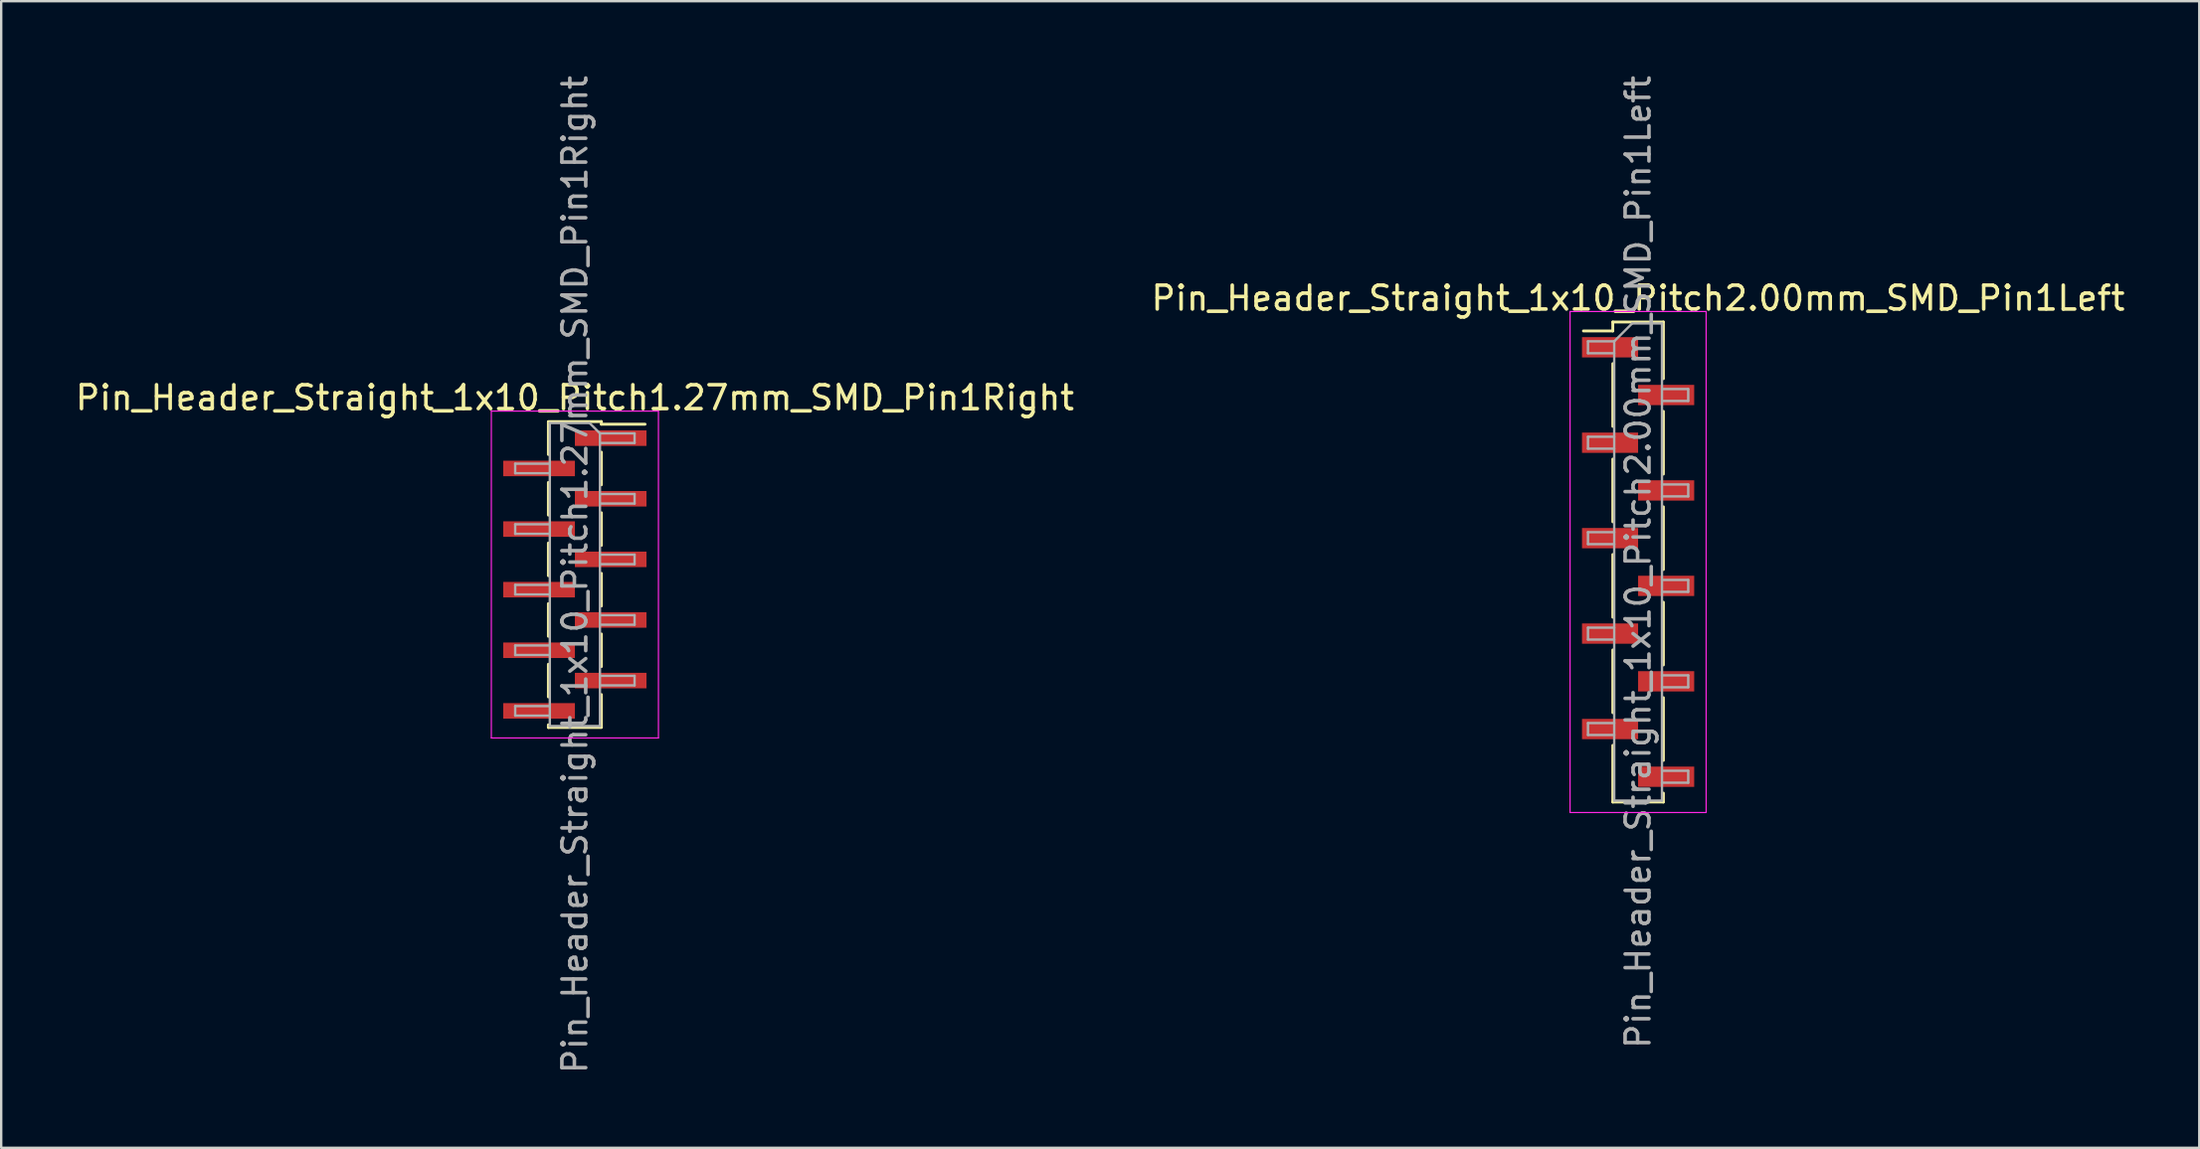
<source format=kicad_pcb>
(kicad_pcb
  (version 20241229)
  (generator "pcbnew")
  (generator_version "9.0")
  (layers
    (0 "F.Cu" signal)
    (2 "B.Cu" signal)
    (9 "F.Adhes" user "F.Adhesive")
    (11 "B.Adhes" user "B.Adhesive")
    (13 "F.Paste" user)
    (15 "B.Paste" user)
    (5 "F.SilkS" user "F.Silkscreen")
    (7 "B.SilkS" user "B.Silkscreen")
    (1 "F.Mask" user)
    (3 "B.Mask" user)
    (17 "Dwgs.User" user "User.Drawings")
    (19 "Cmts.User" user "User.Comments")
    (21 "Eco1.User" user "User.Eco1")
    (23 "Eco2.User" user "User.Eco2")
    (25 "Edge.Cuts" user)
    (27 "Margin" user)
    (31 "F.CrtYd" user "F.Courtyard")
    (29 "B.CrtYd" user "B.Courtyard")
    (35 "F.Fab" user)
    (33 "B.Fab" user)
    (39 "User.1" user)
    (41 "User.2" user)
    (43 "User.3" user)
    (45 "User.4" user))
  (footprint "Pin_Header_Straight_1x10_Pitch1.27mm_SMD_Pin1Right"
    (layer "F.Cu")
    (at 21.03 21.03)
    (property "Reference" "Pin_Header_Straight_1x10_Pitch1.27mm_SMD_Pin1Right" (at 0 -7.41 0) (layer "F.SilkS") (effects (font (size 1 1) (thickness 0.15))))
    (attr smd)
    (fp_line (start -1.11 -6.41) (end 1.11 -6.41) (stroke (width 0.12) (type solid)) (layer "F.SilkS"))
    (fp_line (start -1.11 -6.4) (end -1.11 -5.03) (stroke (width 0.12) (type solid)) (layer "F.SilkS"))
    (fp_line (start -1.11 -3.86) (end -1.11 -2.49) (stroke (width 0.12) (type solid)) (layer "F.SilkS"))
    (fp_line (start -1.11 -1.32) (end -1.11 0.05) (stroke (width 0.12) (type solid)) (layer "F.SilkS"))
    (fp_line (start -1.11 1.22) (end -1.11 2.59) (stroke (width 0.12) (type solid)) (layer "F.SilkS"))
    (fp_line (start -1.11 3.76) (end -1.11 5.13) (stroke (width 0.12) (type solid)) (layer "F.SilkS"))
    (fp_line (start -1.11 6.3) (end -1.11 6.41) (stroke (width 0.12) (type solid)) (layer "F.SilkS"))
    (fp_line (start -1.11 6.41) (end 1.11 6.41) (stroke (width 0.12) (type solid)) (layer "F.SilkS"))
    (fp_line (start 1.11 -6.41) (end 1.11 -6.3) (stroke (width 0.12) (type solid)) (layer "F.SilkS"))
    (fp_line (start 1.11 -6.3) (end 2.94 -6.3) (stroke (width 0.12) (type solid)) (layer "F.SilkS"))
    (fp_line (start 1.11 -5.13) (end 1.11 -3.76) (stroke (width 0.12) (type solid)) (layer "F.SilkS"))
    (fp_line (start 1.11 -2.59) (end 1.11 -1.22) (stroke (width 0.12) (type solid)) (layer "F.SilkS"))
    (fp_line (start 1.11 -0.05) (end 1.11 1.32) (stroke (width 0.12) (type solid)) (layer "F.SilkS"))
    (fp_line (start 1.11 2.49) (end 1.11 3.86) (stroke (width 0.12) (type solid)) (layer "F.SilkS"))
    (fp_line (start 1.11 5.03) (end 1.11 6.4) (stroke (width 0.12) (type solid)) (layer "F.SilkS"))
    (fp_line (start -3.5 -6.85) (end -3.5 6.85) (stroke (width 0.05) (type solid)) (layer "F.CrtYd"))
    (fp_line (start -3.5 6.85) (end 3.5 6.85) (stroke (width 0.05) (type solid)) (layer "F.CrtYd"))
    (fp_line (start 3.5 -6.85) (end -3.5 -6.85) (stroke (width 0.05) (type solid)) (layer "F.CrtYd"))
    (fp_line (start 3.5 6.85) (end 3.5 -6.85) (stroke (width 0.05) (type solid)) (layer "F.CrtYd"))
    (fp_line (start -2.5 -4.645) (end -2.5 -4.245) (stroke (width 0.1) (type solid)) (layer "F.Fab"))
    (fp_line (start -2.5 -4.245) (end -1.05 -4.245) (stroke (width 0.1) (type solid)) (layer "F.Fab"))
    (fp_line (start -2.5 -2.105) (end -2.5 -1.705) (stroke (width 0.1) (type solid)) (layer "F.Fab"))
    (fp_line (start -2.5 -1.705) (end -1.05 -1.705) (stroke (width 0.1) (type solid)) (layer "F.Fab"))
    (fp_line (start -2.5 0.435) (end -2.5 0.835) (stroke (width 0.1) (type solid)) (layer "F.Fab"))
    (fp_line (start -2.5 0.835) (end -1.05 0.835) (stroke (width 0.1) (type solid)) (layer "F.Fab"))
    (fp_line (start -2.5 2.975) (end -2.5 3.375) (stroke (width 0.1) (type solid)) (layer "F.Fab"))
    (fp_line (start -2.5 3.375) (end -1.05 3.375) (stroke (width 0.1) (type solid)) (layer "F.Fab"))
    (fp_line (start -2.5 5.515) (end -2.5 5.915) (stroke (width 0.1) (type solid)) (layer "F.Fab"))
    (fp_line (start -2.5 5.915) (end -1.05 5.915) (stroke (width 0.1) (type solid)) (layer "F.Fab"))
    (fp_line (start -1.05 -6.35) (end -1.05 6.35) (stroke (width 0.1) (type solid)) (layer "F.Fab"))
    (fp_line (start -1.05 -6.35) (end 0.615 -6.35) (stroke (width 0.1) (type solid)) (layer "F.Fab"))
    (fp_line (start -1.05 -4.645) (end -2.5 -4.645) (stroke (width 0.1) (type solid)) (layer "F.Fab"))
    (fp_line (start -1.05 -2.105) (end -2.5 -2.105) (stroke (width 0.1) (type solid)) (layer "F.Fab"))
    (fp_line (start -1.05 0.435) (end -2.5 0.435) (stroke (width 0.1) (type solid)) (layer "F.Fab"))
    (fp_line (start -1.05 2.975) (end -2.5 2.975) (stroke (width 0.1) (type solid)) (layer "F.Fab"))
    (fp_line (start -1.05 5.515) (end -2.5 5.515) (stroke (width 0.1) (type solid)) (layer "F.Fab"))
    (fp_line (start 1.05 -5.915) (end 0.615 -6.35) (stroke (width 0.1) (type solid)) (layer "F.Fab"))
    (fp_line (start 1.05 -5.915) (end 2.5 -5.915) (stroke (width 0.1) (type solid)) (layer "F.Fab"))
    (fp_line (start 1.05 -3.375) (end 2.5 -3.375) (stroke (width 0.1) (type solid)) (layer "F.Fab"))
    (fp_line (start 1.05 -0.835) (end 2.5 -0.835) (stroke (width 0.1) (type solid)) (layer "F.Fab"))
    (fp_line (start 1.05 1.705) (end 2.5 1.705) (stroke (width 0.1) (type solid)) (layer "F.Fab"))
    (fp_line (start 1.05 4.245) (end 2.5 4.245) (stroke (width 0.1) (type solid)) (layer "F.Fab"))
    (fp_line (start 1.05 6.35) (end -1.05 6.35) (stroke (width 0.1) (type solid)) (layer "F.Fab"))
    (fp_line (start 1.05 6.35) (end 1.05 -5.915) (stroke (width 0.1) (type solid)) (layer "F.Fab"))
    (fp_line (start 2.5 -5.915) (end 2.5 -5.515) (stroke (width 0.1) (type solid)) (layer "F.Fab"))
    (fp_line (start 2.5 -5.515) (end 1.05 -5.515) (stroke (width 0.1) (type solid)) (layer "F.Fab"))
    (fp_line (start 2.5 -3.375) (end 2.5 -2.975) (stroke (width 0.1) (type solid)) (layer "F.Fab"))
    (fp_line (start 2.5 -2.975) (end 1.05 -2.975) (stroke (width 0.1) (type solid)) (layer "F.Fab"))
    (fp_line (start 2.5 -0.835) (end 2.5 -0.435) (stroke (width 0.1) (type solid)) (layer "F.Fab"))
    (fp_line (start 2.5 -0.435) (end 1.05 -0.435) (stroke (width 0.1) (type solid)) (layer "F.Fab"))
    (fp_line (start 2.5 1.705) (end 2.5 2.105) (stroke (width 0.1) (type solid)) (layer "F.Fab"))
    (fp_line (start 2.5 2.105) (end 1.05 2.105) (stroke (width 0.1) (type solid)) (layer "F.Fab"))
    (fp_line (start 2.5 4.245) (end 2.5 4.645) (stroke (width 0.1) (type solid)) (layer "F.Fab"))
    (fp_line (start 2.5 4.645) (end 1.05 4.645) (stroke (width 0.1) (type solid)) (layer "F.Fab"))
    (fp_text user "${REFERENCE}" (at 0 0 90) (layer "F.Fab") (effects (font (size 1 1) (thickness 0.15))))
    (pad "1" smd rect (at 1.5 -5.715) (size 3 0.65) (layers "F.Cu" "F.Mask" "F.Paste"))
    (pad "2" smd rect (at -1.5 -4.445) (size 3 0.65) (layers "F.Cu" "F.Mask" "F.Paste"))
    (pad "3" smd rect (at 1.5 -3.175) (size 3 0.65) (layers "F.Cu" "F.Mask" "F.Paste"))
    (pad "4" smd rect (at -1.5 -1.905) (size 3 0.65) (layers "F.Cu" "F.Mask" "F.Paste"))
    (pad "5" smd rect (at 1.5 -0.635) (size 3 0.65) (layers "F.Cu" "F.Mask" "F.Paste"))
    (pad "6" smd rect (at -1.5 0.635) (size 3 0.65) (layers "F.Cu" "F.Mask" "F.Paste"))
    (pad "7" smd rect (at 1.5 1.905) (size 3 0.65) (layers "F.Cu" "F.Mask" "F.Paste"))
    (pad "8" smd rect (at -1.5 3.175) (size 3 0.65) (layers "F.Cu" "F.Mask" "F.Paste"))
    (pad "9" smd rect (at 1.5 4.445) (size 3 0.65) (layers "F.Cu" "F.Mask" "F.Paste"))
    (pad "10" smd rect (at -1.5 5.715) (size 3 0.65) (layers "F.Cu" "F.Mask" "F.Paste")))
  (footprint "Pin_Header_Straight_1x10_Pitch2.00mm_SMD_Pin1Left"
    (layer "F.Cu")
    (at 65.565 20.506)
    (property "Reference" "Pin_Header_Straight_1x10_Pitch2.00mm_SMD_Pin1Left" (at 0 -11.06 0) (layer "F.SilkS") (effects (font (size 1 1) (thickness 0.15))))
    (attr smd)
    (fp_line (start -1.06 -10.06) (end -1.06 -9.685) (stroke (width 0.12) (type solid)) (layer "F.SilkS"))
    (fp_line (start -1.06 -10.06) (end 1.06 -10.06) (stroke (width 0.12) (type solid)) (layer "F.SilkS"))
    (fp_line (start -1.06 -9.685) (end -2.29 -9.685) (stroke (width 0.12) (type solid)) (layer "F.SilkS"))
    (fp_line (start -1.06 -8.315) (end -1.06 -5.685) (stroke (width 0.12) (type solid)) (layer "F.SilkS"))
    (fp_line (start -1.06 -4.315) (end -1.06 -1.685) (stroke (width 0.12) (type solid)) (layer "F.SilkS"))
    (fp_line (start -1.06 -0.315) (end -1.06 2.315) (stroke (width 0.12) (type solid)) (layer "F.SilkS"))
    (fp_line (start -1.06 3.685) (end -1.06 6.315) (stroke (width 0.12) (type solid)) (layer "F.SilkS"))
    (fp_line (start -1.06 7.685) (end -1.06 10.06) (stroke (width 0.12) (type solid)) (layer "F.SilkS"))
    (fp_line (start -1.06 10.06) (end 1.06 10.06) (stroke (width 0.12) (type solid)) (layer "F.SilkS"))
    (fp_line (start 1.06 -10.06) (end 1.06 -7.685) (stroke (width 0.12) (type solid)) (layer "F.SilkS"))
    (fp_line (start 1.06 -6.315) (end 1.06 -3.685) (stroke (width 0.12) (type solid)) (layer "F.SilkS"))
    (fp_line (start 1.06 -2.315) (end 1.06 0.315) (stroke (width 0.12) (type solid)) (layer "F.SilkS"))
    (fp_line (start 1.06 1.685) (end 1.06 4.315) (stroke (width 0.12) (type solid)) (layer "F.SilkS"))
    (fp_line (start 1.06 5.685) (end 1.06 8.315) (stroke (width 0.12) (type solid)) (layer "F.SilkS"))
    (fp_line (start 1.06 9.685) (end 1.06 10.06) (stroke (width 0.12) (type solid)) (layer "F.SilkS"))
    (fp_line (start -2.85 -10.5) (end -2.85 10.5) (stroke (width 0.05) (type solid)) (layer "F.CrtYd"))
    (fp_line (start -2.85 10.5) (end 2.85 10.5) (stroke (width 0.05) (type solid)) (layer "F.CrtYd"))
    (fp_line (start 2.85 -10.5) (end -2.85 -10.5) (stroke (width 0.05) (type solid)) (layer "F.CrtYd"))
    (fp_line (start 2.85 10.5) (end 2.85 -10.5) (stroke (width 0.05) (type solid)) (layer "F.CrtYd"))
    (fp_line (start -2.1 -9.25) (end -2.1 -8.75) (stroke (width 0.1) (type solid)) (layer "F.Fab"))
    (fp_line (start -2.1 -8.75) (end -1 -8.75) (stroke (width 0.1) (type solid)) (layer "F.Fab"))
    (fp_line (start -2.1 -5.25) (end -2.1 -4.75) (stroke (width 0.1) (type solid)) (layer "F.Fab"))
    (fp_line (start -2.1 -4.75) (end -1 -4.75) (stroke (width 0.1) (type solid)) (layer "F.Fab"))
    (fp_line (start -2.1 -1.25) (end -2.1 -0.75) (stroke (width 0.1) (type solid)) (layer "F.Fab"))
    (fp_line (start -2.1 -0.75) (end -1 -0.75) (stroke (width 0.1) (type solid)) (layer "F.Fab"))
    (fp_line (start -2.1 2.75) (end -2.1 3.25) (stroke (width 0.1) (type solid)) (layer "F.Fab"))
    (fp_line (start -2.1 3.25) (end -1 3.25) (stroke (width 0.1) (type solid)) (layer "F.Fab"))
    (fp_line (start -2.1 6.75) (end -2.1 7.25) (stroke (width 0.1) (type solid)) (layer "F.Fab"))
    (fp_line (start -2.1 7.25) (end -1 7.25) (stroke (width 0.1) (type solid)) (layer "F.Fab"))
    (fp_line (start -1 -9.25) (end -2.1 -9.25) (stroke (width 0.1) (type solid)) (layer "F.Fab"))
    (fp_line (start -1 -9.25) (end -0.25 -10) (stroke (width 0.1) (type solid)) (layer "F.Fab"))
    (fp_line (start -1 -5.25) (end -2.1 -5.25) (stroke (width 0.1) (type solid)) (layer "F.Fab"))
    (fp_line (start -1 -1.25) (end -2.1 -1.25) (stroke (width 0.1) (type solid)) (layer "F.Fab"))
    (fp_line (start -1 2.75) (end -2.1 2.75) (stroke (width 0.1) (type solid)) (layer "F.Fab"))
    (fp_line (start -1 6.75) (end -2.1 6.75) (stroke (width 0.1) (type solid)) (layer "F.Fab"))
    (fp_line (start -1 10) (end -1 -9.25) (stroke (width 0.1) (type solid)) (layer "F.Fab"))
    (fp_line (start -0.25 -10) (end 1 -10) (stroke (width 0.1) (type solid)) (layer "F.Fab"))
    (fp_line (start 1 -10) (end 1 10) (stroke (width 0.1) (type solid)) (layer "F.Fab"))
    (fp_line (start 1 -7.25) (end 2.1 -7.25) (stroke (width 0.1) (type solid)) (layer "F.Fab"))
    (fp_line (start 1 -3.25) (end 2.1 -3.25) (stroke (width 0.1) (type solid)) (layer "F.Fab"))
    (fp_line (start 1 0.75) (end 2.1 0.75) (stroke (width 0.1) (type solid)) (layer "F.Fab"))
    (fp_line (start 1 4.75) (end 2.1 4.75) (stroke (width 0.1) (type solid)) (layer "F.Fab"))
    (fp_line (start 1 8.75) (end 2.1 8.75) (stroke (width 0.1) (type solid)) (layer "F.Fab"))
    (fp_line (start 1 10) (end -1 10) (stroke (width 0.1) (type solid)) (layer "F.Fab"))
    (fp_line (start 2.1 -7.25) (end 2.1 -6.75) (stroke (width 0.1) (type solid)) (layer "F.Fab"))
    (fp_line (start 2.1 -6.75) (end 1 -6.75) (stroke (width 0.1) (type solid)) (layer "F.Fab"))
    (fp_line (start 2.1 -3.25) (end 2.1 -2.75) (stroke (width 0.1) (type solid)) (layer "F.Fab"))
    (fp_line (start 2.1 -2.75) (end 1 -2.75) (stroke (width 0.1) (type solid)) (layer "F.Fab"))
    (fp_line (start 2.1 0.75) (end 2.1 1.25) (stroke (width 0.1) (type solid)) (layer "F.Fab"))
    (fp_line (start 2.1 1.25) (end 1 1.25) (stroke (width 0.1) (type solid)) (layer "F.Fab"))
    (fp_line (start 2.1 4.75) (end 2.1 5.25) (stroke (width 0.1) (type solid)) (layer "F.Fab"))
    (fp_line (start 2.1 5.25) (end 1 5.25) (stroke (width 0.1) (type solid)) (layer "F.Fab"))
    (fp_line (start 2.1 8.75) (end 2.1 9.25) (stroke (width 0.1) (type solid)) (layer "F.Fab"))
    (fp_line (start 2.1 9.25) (end 1 9.25) (stroke (width 0.1) (type solid)) (layer "F.Fab"))
    (fp_text user "${REFERENCE}" (at 0 0 90) (layer "F.Fab") (effects (font (size 1 1) (thickness 0.15))))
    (pad "1" smd rect (at -1.175 -9) (size 2.35 0.85) (layers "F.Cu" "F.Mask" "F.Paste"))
    (pad "2" smd rect (at 1.175 -7) (size 2.35 0.85) (layers "F.Cu" "F.Mask" "F.Paste"))
    (pad "3" smd rect (at -1.175 -5) (size 2.35 0.85) (layers "F.Cu" "F.Mask" "F.Paste"))
    (pad "4" smd rect (at 1.175 -3) (size 2.35 0.85) (layers "F.Cu" "F.Mask" "F.Paste"))
    (pad "5" smd rect (at -1.175 -1) (size 2.35 0.85) (layers "F.Cu" "F.Mask" "F.Paste"))
    (pad "6" smd rect (at 1.175 1) (size 2.35 0.85) (layers "F.Cu" "F.Mask" "F.Paste"))
    (pad "7" smd rect (at -1.175 3) (size 2.35 0.85) (layers "F.Cu" "F.Mask" "F.Paste"))
    (pad "8" smd rect (at 1.175 5) (size 2.35 0.85) (layers "F.Cu" "F.Mask" "F.Paste"))
    (pad "9" smd rect (at -1.175 7) (size 2.35 0.85) (layers "F.Cu" "F.Mask" "F.Paste"))
    (pad "10" smd rect (at 1.175 9) (size 2.35 0.85) (layers "F.Cu" "F.Mask" "F.Paste")))
  (gr_rect
    (start -3 -3)
    (end 89.071 45.06)
    (stroke (width 0.1) (type default))
    (fill no)
    (layer "Edge.Cuts")))
</source>
